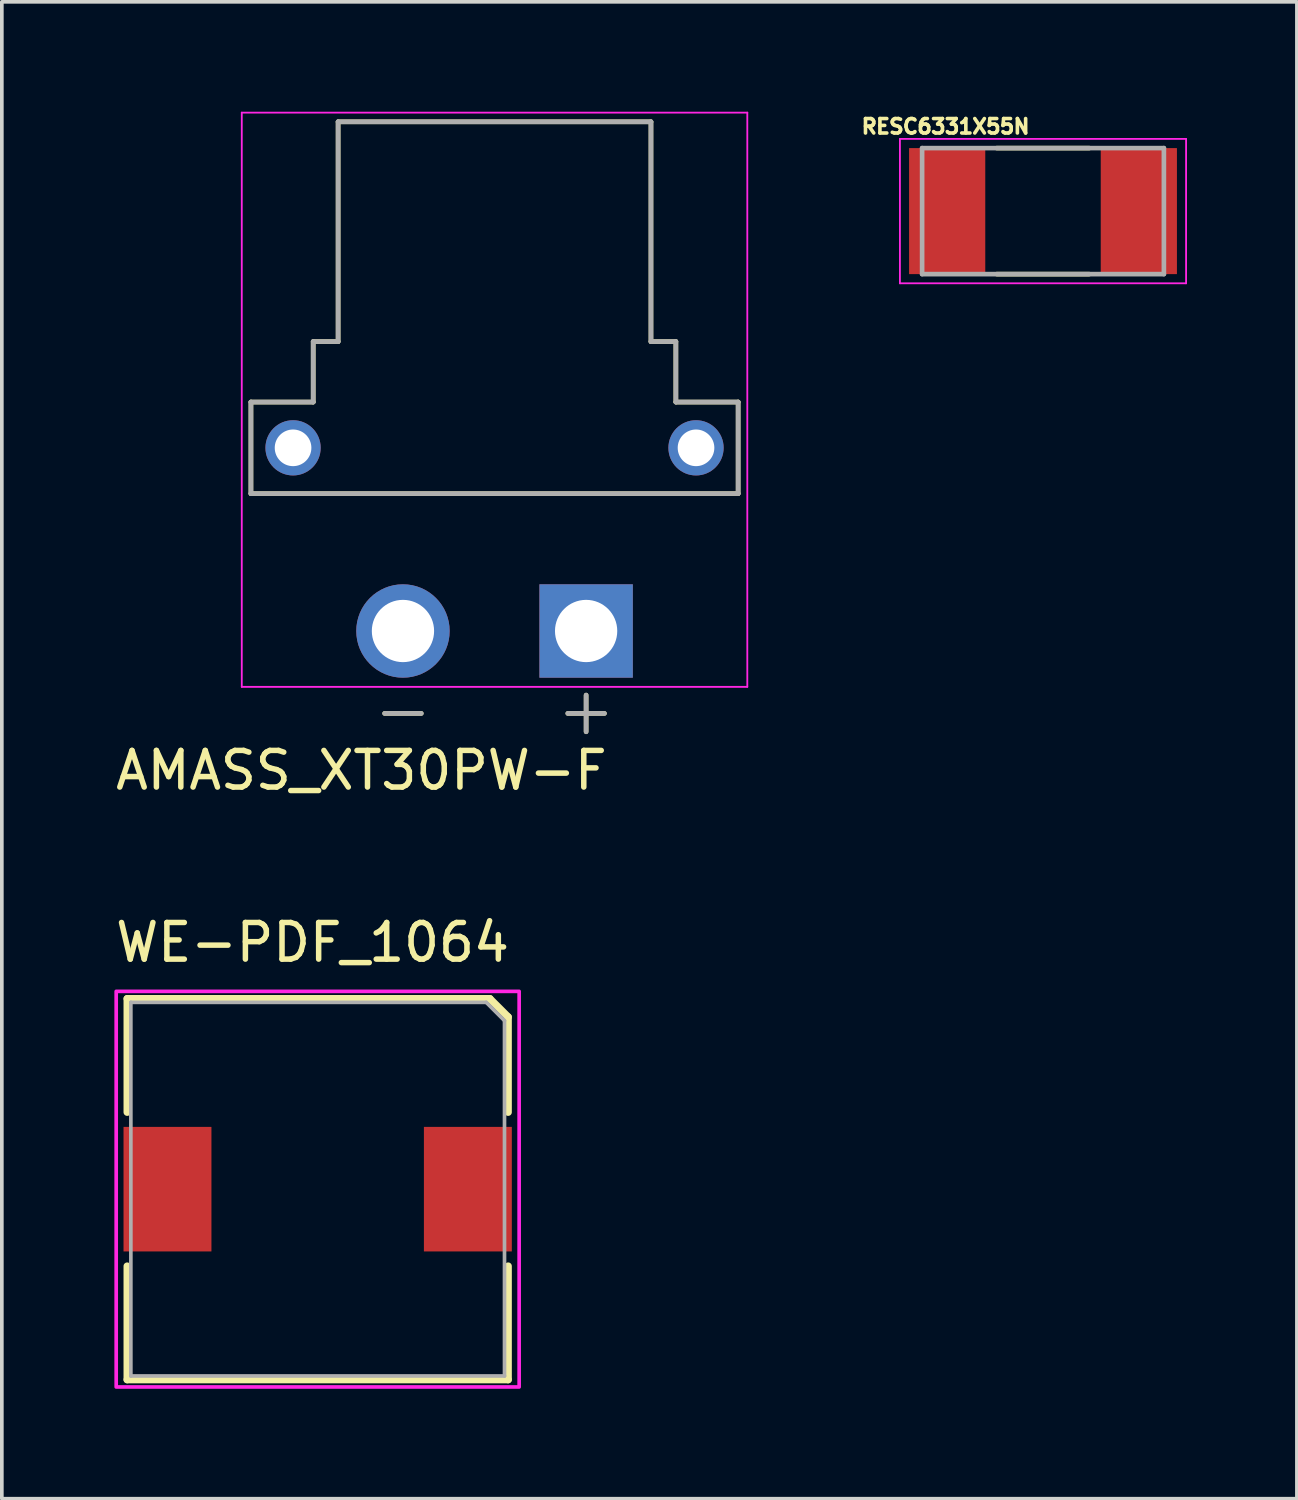
<source format=kicad_pcb>
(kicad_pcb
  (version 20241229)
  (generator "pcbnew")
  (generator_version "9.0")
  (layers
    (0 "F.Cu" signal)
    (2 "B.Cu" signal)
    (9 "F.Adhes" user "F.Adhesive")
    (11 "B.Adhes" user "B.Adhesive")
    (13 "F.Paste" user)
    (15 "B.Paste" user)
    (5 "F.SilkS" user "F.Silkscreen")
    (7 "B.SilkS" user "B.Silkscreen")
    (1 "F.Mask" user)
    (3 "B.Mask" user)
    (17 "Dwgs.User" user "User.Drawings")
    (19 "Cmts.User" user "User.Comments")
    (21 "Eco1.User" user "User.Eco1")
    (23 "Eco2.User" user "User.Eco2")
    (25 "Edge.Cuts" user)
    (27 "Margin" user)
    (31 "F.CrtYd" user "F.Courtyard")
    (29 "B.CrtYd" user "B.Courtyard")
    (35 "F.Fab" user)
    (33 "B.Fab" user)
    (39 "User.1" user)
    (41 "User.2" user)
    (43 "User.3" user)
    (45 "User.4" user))
  (footprint "WE-PDF_1064"
    (layer "F.Cu")
    (at 5.622 29.412)
    (property "Reference" "WE-PDF_1064" (at -0.14 -6.735 0) (layer "F.SilkS") (effects (font (size 1 1) (thickness 0.15))))
    (attr smd)
    (fp_line (start -5.2 -5.2) (end 4.7 -5.2) (stroke (width 0.2) (type solid)) (layer "F.SilkS"))
    (fp_line (start -5.2 -2.1) (end -5.2 -5.2) (stroke (width 0.2) (type solid)) (layer "F.SilkS"))
    (fp_line (start -5.2 2.1) (end -5.2 5.2) (stroke (width 0.2) (type solid)) (layer "F.SilkS"))
    (fp_line (start -5.2 5.2) (end 5.2 5.2) (stroke (width 0.2) (type solid)) (layer "F.SilkS"))
    (fp_line (start 4.7 -5.2) (end 5.2 -4.7) (stroke (width 0.2) (type solid)) (layer "F.SilkS"))
    (fp_line (start 5.2 -4.7) (end 5.2 -2.1) (stroke (width 0.2) (type solid)) (layer "F.SilkS"))
    (fp_line (start 5.2 5.2) (end 5.2 2.1) (stroke (width 0.2) (type solid)) (layer "F.SilkS"))
    (fp_poly (pts (xy 5.5 -5.4) (xy 5.5 5.4) (xy -5.5 5.4) (xy -5.5 -5.4)) (stroke (width 0.1) (type solid)) (fill no) (layer "F.CrtYd"))
    (fp_line (start -5.1 -5.1) (end -5.1 5.1) (stroke (width 0.1) (type solid)) (layer "F.Fab"))
    (fp_line (start 4.6 -5.1) (end -5.1 -5.1) (stroke (width 0.1) (type solid)) (layer "F.Fab"))
    (fp_line (start 4.6 -5.1) (end 5.1 -4.6) (stroke (width 0.1) (type solid)) (layer "F.Fab"))
    (fp_line (start 5.1 -4.6) (end 5.1 5.1) (stroke (width 0.1) (type solid)) (layer "F.Fab"))
    (fp_line (start 5.1 5.1) (end -5.1 5.1) (stroke (width 0.1) (type solid)) (layer "F.Fab"))
    (pad "1" smd rect (at -4.1 0) (size 2.4 3.4) (layers "F.Cu" "F.Mask" "F.Paste"))
    (pad "2" smd rect (at 4.1 0) (size 2.4 3.4) (layers "F.Cu" "F.Mask" "F.Paste")))
  (footprint "RESC6331X55N"
    (layer "F.Cu")
    (at 25.422 2.713)
    (property "Reference" "RESC6331X55N" (at -2.66 -2.31 0) (layer "F.SilkS") (effects (font (size 0.394 0.394) (thickness 0.15))))
    (attr smd)
    (fp_line (start -1.26 -1.72) (end 1.26 -1.72) (stroke (width 0.127) (type solid)) (layer "F.SilkS"))
    (fp_line (start -1.26 1.72) (end 1.26 1.72) (stroke (width 0.127) (type solid)) (layer "F.SilkS"))
    (fp_line (start -3.906 -1.971) (end 3.906 -1.971) (stroke (width 0.05) (type solid)) (layer "F.CrtYd"))
    (fp_line (start -3.906 1.971) (end -3.906 -1.971) (stroke (width 0.05) (type solid)) (layer "F.CrtYd"))
    (fp_line (start -3.906 1.971) (end 3.906 1.971) (stroke (width 0.05) (type solid)) (layer "F.CrtYd"))
    (fp_line (start 3.906 1.971) (end 3.906 -1.971) (stroke (width 0.05) (type solid)) (layer "F.CrtYd"))
    (fp_line (start -3.3 1.72) (end -3.3 -1.72) (stroke (width 0.127) (type solid)) (layer "F.Fab"))
    (fp_line (start 3.3 -1.72) (end -3.3 -1.72) (stroke (width 0.127) (type solid)) (layer "F.Fab"))
    (fp_line (start 3.3 1.72) (end -3.3 1.72) (stroke (width 0.127) (type solid)) (layer "F.Fab"))
    (fp_line (start 3.3 1.72) (end 3.3 -1.72) (stroke (width 0.127) (type solid)) (layer "F.Fab"))
    (pad "1" smd rect (at -2.616 0) (size 2.08 3.44) (layers "F.Cu" "F.Mask" "F.Paste"))
    (pad "2" smd rect (at 2.616 0) (size 2.08 3.44) (layers "F.Cu" "F.Mask" "F.Paste")))
  (footprint "AMASS_XT30PW-F"
    (layer "F.Cu")
    (at 10.45 9.175)
    (property "Reference" "AMASS_XT30PW-F" (at -3.635 8.805 0) (layer "F.SilkS") (effects (font (size 1 1) (thickness 0.15))))
    (attr through_hole)
    (fp_line (start -6.65 -1.25) (end -4.95 -1.25) (stroke (width 0.127) (type solid)) (layer "F.SilkS"))
    (fp_line (start -6.65 1.25) (end -6.65 -1.25) (stroke (width 0.127) (type solid)) (layer "F.SilkS"))
    (fp_line (start -4.95 -2.9) (end -4.27 -2.9) (stroke (width 0.127) (type solid)) (layer "F.SilkS"))
    (fp_line (start -4.95 -1.25) (end -4.95 -2.9) (stroke (width 0.127) (type solid)) (layer "F.SilkS"))
    (fp_line (start -4.27 -8.9) (end 4.27 -8.9) (stroke (width 0.127) (type solid)) (layer "F.SilkS"))
    (fp_line (start -4.27 -2.9) (end -4.27 -8.9) (stroke (width 0.127) (type solid)) (layer "F.SilkS"))
    (fp_line (start -3 7.25) (end -2 7.25) (stroke (width 0.127) (type solid)) (layer "F.SilkS"))
    (fp_line (start 2 7.25) (end 3 7.25) (stroke (width 0.127) (type solid)) (layer "F.SilkS"))
    (fp_line (start 2.5 6.75) (end 2.5 7.75) (stroke (width 0.127) (type solid)) (layer "F.SilkS"))
    (fp_line (start 4.27 -2.9) (end 4.27 -8.9) (stroke (width 0.127) (type solid)) (layer "F.SilkS"))
    (fp_line (start 4.95 -2.9) (end 4.27 -2.9) (stroke (width 0.127) (type solid)) (layer "F.SilkS"))
    (fp_line (start 4.95 -1.25) (end 4.95 -2.9) (stroke (width 0.127) (type solid)) (layer "F.SilkS"))
    (fp_line (start 6.65 -1.25) (end 4.95 -1.25) (stroke (width 0.127) (type solid)) (layer "F.SilkS"))
    (fp_line (start 6.65 1.25) (end -6.65 1.25) (stroke (width 0.127) (type solid)) (layer "F.SilkS"))
    (fp_line (start 6.65 1.25) (end 6.65 -1.25) (stroke (width 0.127) (type solid)) (layer "F.SilkS"))
    (fp_line (start -6.9 -9.15) (end 6.9 -9.15) (stroke (width 0.05) (type solid)) (layer "F.CrtYd"))
    (fp_line (start -6.9 6.525) (end -6.9 -9.15) (stroke (width 0.05) (type solid)) (layer "F.CrtYd"))
    (fp_line (start 6.9 -9.15) (end 6.9 6.525) (stroke (width 0.05) (type solid)) (layer "F.CrtYd"))
    (fp_line (start 6.9 6.525) (end -6.9 6.525) (stroke (width 0.05) (type solid)) (layer "F.CrtYd"))
    (fp_line (start -6.65 -1.25) (end -4.95 -1.25) (stroke (width 0.127) (type solid)) (layer "F.Fab"))
    (fp_line (start -6.65 1.25) (end -6.65 -1.25) (stroke (width 0.127) (type solid)) (layer "F.Fab"))
    (fp_line (start -4.95 -2.9) (end -4.27 -2.9) (stroke (width 0.127) (type solid)) (layer "F.Fab"))
    (fp_line (start -4.95 -1.25) (end -4.95 -2.9) (stroke (width 0.127) (type solid)) (layer "F.Fab"))
    (fp_line (start -4.27 -8.9) (end 4.27 -8.9) (stroke (width 0.127) (type solid)) (layer "F.Fab"))
    (fp_line (start -4.27 -2.9) (end -4.27 -8.9) (stroke (width 0.127) (type solid)) (layer "F.Fab"))
    (fp_line (start -3 7.25) (end -2 7.25) (stroke (width 0.127) (type solid)) (layer "F.Fab"))
    (fp_line (start 2 7.25) (end 3 7.25) (stroke (width 0.127) (type solid)) (layer "F.Fab"))
    (fp_line (start 2.5 6.75) (end 2.5 7.75) (stroke (width 0.127) (type solid)) (layer "F.Fab"))
    (fp_line (start 4.27 -2.9) (end 4.27 -8.9) (stroke (width 0.127) (type solid)) (layer "F.Fab"))
    (fp_line (start 4.95 -2.9) (end 4.27 -2.9) (stroke (width 0.127) (type solid)) (layer "F.Fab"))
    (fp_line (start 4.95 -1.25) (end 4.95 -2.9) (stroke (width 0.127) (type solid)) (layer "F.Fab"))
    (fp_line (start 6.65 -1.25) (end 4.95 -1.25) (stroke (width 0.127) (type solid)) (layer "F.Fab"))
    (fp_line (start 6.65 1.25) (end -6.65 1.25) (stroke (width 0.127) (type solid)) (layer "F.Fab"))
    (fp_line (start 6.65 1.25) (end 6.65 -1.25) (stroke (width 0.127) (type solid)) (layer "F.Fab"))
    (pad "N" thru_hole circle (at -2.5 5) (size 2.55 2.55) (drill 1.7) (layers "*.Cu" "*.Mask"))
    (pad "P" thru_hole rect (at 2.5 5) (size 2.55 2.55) (drill 1.7) (layers "*.Cu" "*.Mask"))
    (pad "S1" thru_hole circle (at 5.5 0) (size 1.508 1.508) (drill 1) (layers "*.Cu" "*.Mask"))
    (pad "S2" thru_hole circle (at -5.5 0) (size 1.508 1.508) (drill 1) (layers "*.Cu" "*.Mask")))
  (gr_rect
    (start -3 -3)
    (end 32.353 37.861)
    (stroke (width 0.1) (type default))
    (fill no)
    (layer "Edge.Cuts")))
</source>
